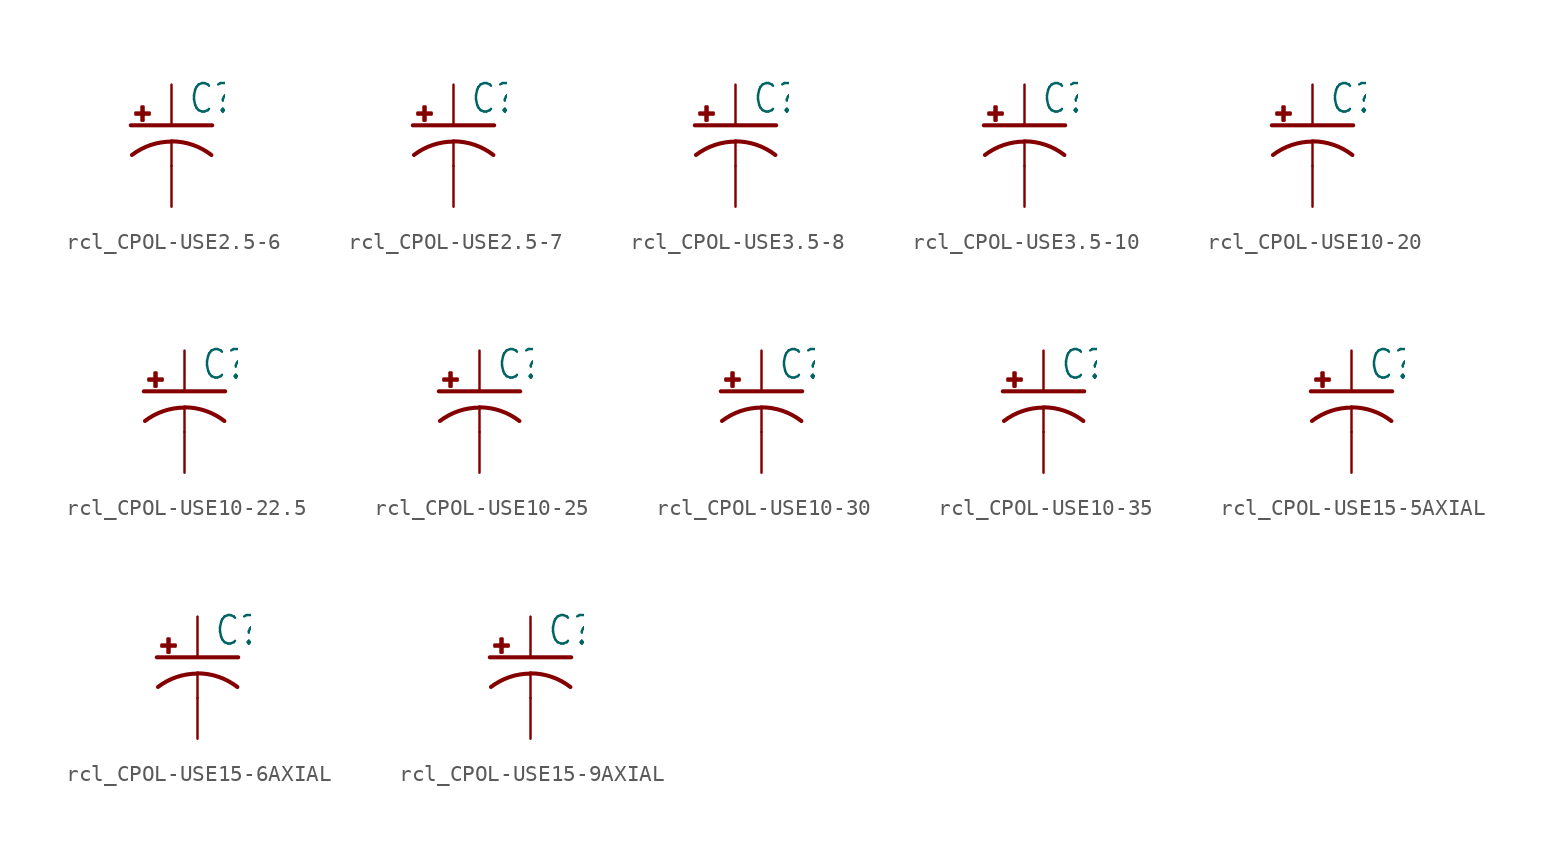
<source format=kicad_sym>
(kicad_symbol_lib
  (version 20220914)
  (generator kicad_symbol_editor)
  (symbol "rcl_CPOL-USE2.5-6"
    (property "Reference" "C"
      (at 1.016 0.635 0)
      (effects (font (size 1.778 1.511)) (justify left bottom)))
    (property "Value" ""
      (at 1.016 -4.191 0)
      (effects (font (size 1.778 1.511)) (justify left bottom)))
    (property "ki_locked" ""
      (at 0 0 0)
      (effects (font (size 1.27 1.27))))
    (symbol "rcl_CPOL-USE2.5-6_1_0"
      (rectangle (start -2.253 0.668) (end -1.364 0.795) (stroke (width 0) (type default)) (fill (type outline)))
      (rectangle (start -1.872 0.287) (end -1.745 1.176) (stroke (width 0) (type default)) (fill (type outline)))
      (arc (start 0 -1.0161) (mid -1.3021 -1.2303) (end -2.4669 -1.8504) (stroke (width 0.254) (type solid)) (fill (type none)))
      (polyline (pts (xy -2.54 0) (xy 2.54 0)) (stroke (width 0.254) (type solid)) (fill (type none)))
      (polyline (pts (xy 0 -1.016) (xy 0 -2.54)) (stroke (width 0.152) (type solid)) (fill (type none)))
      (arc (start 2.4892 -1.8541) (mid 1.3158 -1.2194) (end 0 -1) (stroke (width 0.254) (type solid)) (fill (type none)))
      (pin passive line (at 0 2.54 270) (length 2.54) (name "+" (effects (font (size 0 0)))) (number "+" (effects (font (size 0 0)))))
      (pin passive line (at 0 -5.08 90) (length 2.54) (name "-" (effects (font (size 0 0)))) (number "-" (effects (font (size 0 0)))))))
  (symbol "rcl_CPOL-USE2.5-7"
    (property "Reference" "C"
      (at 1.016 0.635 0)
      (effects (font (size 1.778 1.511)) (justify left bottom)))
    (property "Value" ""
      (at 1.016 -4.191 0)
      (effects (font (size 1.778 1.511)) (justify left bottom)))
    (property "ki_locked" ""
      (at 0 0 0)
      (effects (font (size 1.27 1.27))))
    (symbol "rcl_CPOL-USE2.5-7_1_0"
      (rectangle (start -2.253 0.668) (end -1.364 0.795) (stroke (width 0) (type default)) (fill (type outline)))
      (rectangle (start -1.872 0.287) (end -1.745 1.176) (stroke (width 0) (type default)) (fill (type outline)))
      (arc (start 0 -1.0161) (mid -1.3021 -1.2303) (end -2.4669 -1.8504) (stroke (width 0.254) (type solid)) (fill (type none)))
      (polyline (pts (xy -2.54 0) (xy 2.54 0)) (stroke (width 0.254) (type solid)) (fill (type none)))
      (polyline (pts (xy 0 -1.016) (xy 0 -2.54)) (stroke (width 0.152) (type solid)) (fill (type none)))
      (arc (start 2.4892 -1.8541) (mid 1.3158 -1.2194) (end 0 -1) (stroke (width 0.254) (type solid)) (fill (type none)))
      (pin passive line (at 0 2.54 270) (length 2.54) (name "+" (effects (font (size 0 0)))) (number "+" (effects (font (size 0 0)))))
      (pin passive line (at 0 -5.08 90) (length 2.54) (name "-" (effects (font (size 0 0)))) (number "-" (effects (font (size 0 0)))))))
  (symbol "rcl_CPOL-USE3.5-8"
    (property "Reference" "C"
      (at 1.016 0.635 0)
      (effects (font (size 1.778 1.511)) (justify left bottom)))
    (property "Value" ""
      (at 1.016 -4.191 0)
      (effects (font (size 1.778 1.511)) (justify left bottom)))
    (property "ki_locked" ""
      (at 0 0 0)
      (effects (font (size 1.27 1.27))))
    (symbol "rcl_CPOL-USE3.5-8_1_0"
      (rectangle (start -2.253 0.668) (end -1.364 0.795) (stroke (width 0) (type default)) (fill (type outline)))
      (rectangle (start -1.872 0.287) (end -1.745 1.176) (stroke (width 0) (type default)) (fill (type outline)))
      (arc (start 0 -1.0161) (mid -1.3021 -1.2303) (end -2.4669 -1.8504) (stroke (width 0.254) (type solid)) (fill (type none)))
      (polyline (pts (xy -2.54 0) (xy 2.54 0)) (stroke (width 0.254) (type solid)) (fill (type none)))
      (polyline (pts (xy 0 -1.016) (xy 0 -2.54)) (stroke (width 0.152) (type solid)) (fill (type none)))
      (arc (start 2.4892 -1.8541) (mid 1.3158 -1.2194) (end 0 -1) (stroke (width 0.254) (type solid)) (fill (type none)))
      (pin passive line (at 0 2.54 270) (length 2.54) (name "+" (effects (font (size 0 0)))) (number "+" (effects (font (size 0 0)))))
      (pin passive line (at 0 -5.08 90) (length 2.54) (name "-" (effects (font (size 0 0)))) (number "-" (effects (font (size 0 0)))))))
  (symbol "rcl_CPOL-USE3.5-10"
    (property "Reference" "C"
      (at 1.016 0.635 0)
      (effects (font (size 1.778 1.511)) (justify left bottom)))
    (property "Value" ""
      (at 1.016 -4.191 0)
      (effects (font (size 1.778 1.511)) (justify left bottom)))
    (property "ki_locked" ""
      (at 0 0 0)
      (effects (font (size 1.27 1.27))))
    (symbol "rcl_CPOL-USE3.5-10_1_0"
      (rectangle (start -2.253 0.668) (end -1.364 0.795) (stroke (width 0) (type default)) (fill (type outline)))
      (rectangle (start -1.872 0.287) (end -1.745 1.176) (stroke (width 0) (type default)) (fill (type outline)))
      (arc (start 0 -1.0161) (mid -1.3021 -1.2303) (end -2.4669 -1.8504) (stroke (width 0.254) (type solid)) (fill (type none)))
      (polyline (pts (xy -2.54 0) (xy 2.54 0)) (stroke (width 0.254) (type solid)) (fill (type none)))
      (polyline (pts (xy 0 -1.016) (xy 0 -2.54)) (stroke (width 0.152) (type solid)) (fill (type none)))
      (arc (start 2.4892 -1.8541) (mid 1.3158 -1.2194) (end 0 -1) (stroke (width 0.254) (type solid)) (fill (type none)))
      (pin passive line (at 0 2.54 270) (length 2.54) (name "+" (effects (font (size 0 0)))) (number "+" (effects (font (size 0 0)))))
      (pin passive line (at 0 -5.08 90) (length 2.54) (name "-" (effects (font (size 0 0)))) (number "-" (effects (font (size 0 0)))))))
  (symbol "rcl_CPOL-USE10-20"
    (property "Reference" "C"
      (at 1.016 0.635 0)
      (effects (font (size 1.778 1.511)) (justify left bottom)))
    (property "Value" ""
      (at 1.016 -4.191 0)
      (effects (font (size 1.778 1.511)) (justify left bottom)))
    (property "ki_locked" ""
      (at 0 0 0)
      (effects (font (size 1.27 1.27))))
    (symbol "rcl_CPOL-USE10-20_1_0"
      (rectangle (start -2.253 0.668) (end -1.364 0.795) (stroke (width 0) (type default)) (fill (type outline)))
      (rectangle (start -1.872 0.287) (end -1.745 1.176) (stroke (width 0) (type default)) (fill (type outline)))
      (arc (start 0 -1.0161) (mid -1.3021 -1.2303) (end -2.4669 -1.8504) (stroke (width 0.254) (type solid)) (fill (type none)))
      (polyline (pts (xy -2.54 0) (xy 2.54 0)) (stroke (width 0.254) (type solid)) (fill (type none)))
      (polyline (pts (xy 0 -1.016) (xy 0 -2.54)) (stroke (width 0.152) (type solid)) (fill (type none)))
      (arc (start 2.4892 -1.8541) (mid 1.3158 -1.2194) (end 0 -1) (stroke (width 0.254) (type solid)) (fill (type none)))
      (pin passive line (at 0 2.54 270) (length 2.54) (name "+" (effects (font (size 0 0)))) (number "+" (effects (font (size 0 0)))))
      (pin passive line (at 0 -5.08 90) (length 2.54) (name "-" (effects (font (size 0 0)))) (number "-" (effects (font (size 0 0)))))))
  (symbol "rcl_CPOL-USE10-22.5"
    (property "Reference" "C"
      (at 1.016 0.635 0)
      (effects (font (size 1.778 1.511)) (justify left bottom)))
    (property "Value" ""
      (at 1.016 -4.191 0)
      (effects (font (size 1.778 1.511)) (justify left bottom)))
    (property "ki_locked" ""
      (at 0 0 0)
      (effects (font (size 1.27 1.27))))
    (symbol "rcl_CPOL-USE10-22.5_1_0"
      (rectangle (start -2.253 0.668) (end -1.364 0.795) (stroke (width 0) (type default)) (fill (type outline)))
      (rectangle (start -1.872 0.287) (end -1.745 1.176) (stroke (width 0) (type default)) (fill (type outline)))
      (arc (start 0 -1.0161) (mid -1.3021 -1.2303) (end -2.4669 -1.8504) (stroke (width 0.254) (type solid)) (fill (type none)))
      (polyline (pts (xy -2.54 0) (xy 2.54 0)) (stroke (width 0.254) (type solid)) (fill (type none)))
      (polyline (pts (xy 0 -1.016) (xy 0 -2.54)) (stroke (width 0.152) (type solid)) (fill (type none)))
      (arc (start 2.4892 -1.8541) (mid 1.3158 -1.2194) (end 0 -1) (stroke (width 0.254) (type solid)) (fill (type none)))
      (pin passive line (at 0 2.54 270) (length 2.54) (name "+" (effects (font (size 0 0)))) (number "+" (effects (font (size 0 0)))))
      (pin passive line (at 0 -5.08 90) (length 2.54) (name "-" (effects (font (size 0 0)))) (number "-" (effects (font (size 0 0)))))))
  (symbol "rcl_CPOL-USE10-25"
    (property "Reference" "C"
      (at 1.016 0.635 0)
      (effects (font (size 1.778 1.511)) (justify left bottom)))
    (property "Value" ""
      (at 1.016 -4.191 0)
      (effects (font (size 1.778 1.511)) (justify left bottom)))
    (property "ki_locked" ""
      (at 0 0 0)
      (effects (font (size 1.27 1.27))))
    (symbol "rcl_CPOL-USE10-25_1_0"
      (rectangle (start -2.253 0.668) (end -1.364 0.795) (stroke (width 0) (type default)) (fill (type outline)))
      (rectangle (start -1.872 0.287) (end -1.745 1.176) (stroke (width 0) (type default)) (fill (type outline)))
      (arc (start 0 -1.0161) (mid -1.3021 -1.2303) (end -2.4669 -1.8504) (stroke (width 0.254) (type solid)) (fill (type none)))
      (polyline (pts (xy -2.54 0) (xy 2.54 0)) (stroke (width 0.254) (type solid)) (fill (type none)))
      (polyline (pts (xy 0 -1.016) (xy 0 -2.54)) (stroke (width 0.152) (type solid)) (fill (type none)))
      (arc (start 2.4892 -1.8541) (mid 1.3158 -1.2194) (end 0 -1) (stroke (width 0.254) (type solid)) (fill (type none)))
      (pin passive line (at 0 2.54 270) (length 2.54) (name "+" (effects (font (size 0 0)))) (number "+" (effects (font (size 0 0)))))
      (pin passive line (at 0 -5.08 90) (length 2.54) (name "-" (effects (font (size 0 0)))) (number "-" (effects (font (size 0 0)))))))
  (symbol "rcl_CPOL-USE10-30"
    (property "Reference" "C"
      (at 1.016 0.635 0)
      (effects (font (size 1.778 1.511)) (justify left bottom)))
    (property "Value" ""
      (at 1.016 -4.191 0)
      (effects (font (size 1.778 1.511)) (justify left bottom)))
    (property "ki_locked" ""
      (at 0 0 0)
      (effects (font (size 1.27 1.27))))
    (symbol "rcl_CPOL-USE10-30_1_0"
      (rectangle (start -2.253 0.668) (end -1.364 0.795) (stroke (width 0) (type default)) (fill (type outline)))
      (rectangle (start -1.872 0.287) (end -1.745 1.176) (stroke (width 0) (type default)) (fill (type outline)))
      (arc (start 0 -1.0161) (mid -1.3021 -1.2303) (end -2.4669 -1.8504) (stroke (width 0.254) (type solid)) (fill (type none)))
      (polyline (pts (xy -2.54 0) (xy 2.54 0)) (stroke (width 0.254) (type solid)) (fill (type none)))
      (polyline (pts (xy 0 -1.016) (xy 0 -2.54)) (stroke (width 0.152) (type solid)) (fill (type none)))
      (arc (start 2.4892 -1.8541) (mid 1.3158 -1.2194) (end 0 -1) (stroke (width 0.254) (type solid)) (fill (type none)))
      (pin passive line (at 0 2.54 270) (length 2.54) (name "+" (effects (font (size 0 0)))) (number "+" (effects (font (size 0 0)))))
      (pin passive line (at 0 -5.08 90) (length 2.54) (name "-" (effects (font (size 0 0)))) (number "-" (effects (font (size 0 0)))))))
  (symbol "rcl_CPOL-USE10-35"
    (property "Reference" "C"
      (at 1.016 0.635 0)
      (effects (font (size 1.778 1.511)) (justify left bottom)))
    (property "Value" ""
      (at 1.016 -4.191 0)
      (effects (font (size 1.778 1.511)) (justify left bottom)))
    (property "ki_locked" ""
      (at 0 0 0)
      (effects (font (size 1.27 1.27))))
    (symbol "rcl_CPOL-USE10-35_1_0"
      (rectangle (start -2.253 0.668) (end -1.364 0.795) (stroke (width 0) (type default)) (fill (type outline)))
      (rectangle (start -1.872 0.287) (end -1.745 1.176) (stroke (width 0) (type default)) (fill (type outline)))
      (arc (start 0 -1.0161) (mid -1.3021 -1.2303) (end -2.4669 -1.8504) (stroke (width 0.254) (type solid)) (fill (type none)))
      (polyline (pts (xy -2.54 0) (xy 2.54 0)) (stroke (width 0.254) (type solid)) (fill (type none)))
      (polyline (pts (xy 0 -1.016) (xy 0 -2.54)) (stroke (width 0.152) (type solid)) (fill (type none)))
      (arc (start 2.4892 -1.8541) (mid 1.3158 -1.2194) (end 0 -1) (stroke (width 0.254) (type solid)) (fill (type none)))
      (pin passive line (at 0 2.54 270) (length 2.54) (name "+" (effects (font (size 0 0)))) (number "+" (effects (font (size 0 0)))))
      (pin passive line (at 0 -5.08 90) (length 2.54) (name "-" (effects (font (size 0 0)))) (number "-" (effects (font (size 0 0)))))))
  (symbol "rcl_CPOL-USE15-5AXIAL"
    (property "Reference" "C"
      (at 1.016 0.635 0)
      (effects (font (size 1.778 1.511)) (justify left bottom)))
    (property "Value" ""
      (at 1.016 -4.191 0)
      (effects (font (size 1.778 1.511)) (justify left bottom)))
    (property "ki_locked" ""
      (at 0 0 0)
      (effects (font (size 1.27 1.27))))
    (symbol "rcl_CPOL-USE15-5AXIAL_1_0"
      (rectangle (start -2.253 0.668) (end -1.364 0.795) (stroke (width 0) (type default)) (fill (type outline)))
      (rectangle (start -1.872 0.287) (end -1.745 1.176) (stroke (width 0) (type default)) (fill (type outline)))
      (arc (start 0 -1.0161) (mid -1.3021 -1.2303) (end -2.4669 -1.8504) (stroke (width 0.254) (type solid)) (fill (type none)))
      (polyline (pts (xy -2.54 0) (xy 2.54 0)) (stroke (width 0.254) (type solid)) (fill (type none)))
      (polyline (pts (xy 0 -1.016) (xy 0 -2.54)) (stroke (width 0.152) (type solid)) (fill (type none)))
      (arc (start 2.4892 -1.8541) (mid 1.3158 -1.2194) (end 0 -1) (stroke (width 0.254) (type solid)) (fill (type none)))
      (pin passive line (at 0 2.54 270) (length 2.54) (name "+" (effects (font (size 0 0)))) (number "+" (effects (font (size 0 0)))))
      (pin passive line (at 0 -5.08 90) (length 2.54) (name "-" (effects (font (size 0 0)))) (number "-" (effects (font (size 0 0)))))))
  (symbol "rcl_CPOL-USE15-6AXIAL"
    (property "Reference" "C"
      (at 1.016 0.635 0)
      (effects (font (size 1.778 1.511)) (justify left bottom)))
    (property "Value" ""
      (at 1.016 -4.191 0)
      (effects (font (size 1.778 1.511)) (justify left bottom)))
    (property "ki_locked" ""
      (at 0 0 0)
      (effects (font (size 1.27 1.27))))
    (symbol "rcl_CPOL-USE15-6AXIAL_1_0"
      (rectangle (start -2.253 0.668) (end -1.364 0.795) (stroke (width 0) (type default)) (fill (type outline)))
      (rectangle (start -1.872 0.287) (end -1.745 1.176) (stroke (width 0) (type default)) (fill (type outline)))
      (arc (start 0 -1.0161) (mid -1.3021 -1.2303) (end -2.4669 -1.8504) (stroke (width 0.254) (type solid)) (fill (type none)))
      (polyline (pts (xy -2.54 0) (xy 2.54 0)) (stroke (width 0.254) (type solid)) (fill (type none)))
      (polyline (pts (xy 0 -1.016) (xy 0 -2.54)) (stroke (width 0.152) (type solid)) (fill (type none)))
      (arc (start 2.4892 -1.8541) (mid 1.3158 -1.2194) (end 0 -1) (stroke (width 0.254) (type solid)) (fill (type none)))
      (pin passive line (at 0 2.54 270) (length 2.54) (name "+" (effects (font (size 0 0)))) (number "+" (effects (font (size 0 0)))))
      (pin passive line (at 0 -5.08 90) (length 2.54) (name "-" (effects (font (size 0 0)))) (number "-" (effects (font (size 0 0)))))))
  (symbol "rcl_CPOL-USE15-9AXIAL"
    (property "Reference" "C"
      (at 1.016 0.635 0)
      (effects (font (size 1.778 1.511)) (justify left bottom)))
    (property "Value" ""
      (at 1.016 -4.191 0)
      (effects (font (size 1.778 1.511)) (justify left bottom)))
    (property "ki_locked" ""
      (at 0 0 0)
      (effects (font (size 1.27 1.27))))
    (symbol "rcl_CPOL-USE15-9AXIAL_1_0"
      (rectangle (start -2.253 0.668) (end -1.364 0.795) (stroke (width 0) (type default)) (fill (type outline)))
      (rectangle (start -1.872 0.287) (end -1.745 1.176) (stroke (width 0) (type default)) (fill (type outline)))
      (arc (start 0 -1.0161) (mid -1.3021 -1.2303) (end -2.4669 -1.8504) (stroke (width 0.254) (type solid)) (fill (type none)))
      (polyline (pts (xy -2.54 0) (xy 2.54 0)) (stroke (width 0.254) (type solid)) (fill (type none)))
      (polyline (pts (xy 0 -1.016) (xy 0 -2.54)) (stroke (width 0.152) (type solid)) (fill (type none)))
      (arc (start 2.4892 -1.8541) (mid 1.3158 -1.2194) (end 0 -1) (stroke (width 0.254) (type solid)) (fill (type none)))
      (pin passive line (at 0 2.54 270) (length 2.54) (name "+" (effects (font (size 0 0)))) (number "+" (effects (font (size 0 0)))))
      (pin passive line (at 0 -5.08 90) (length 2.54) (name "-" (effects (font (size 0 0)))) (number "-" (effects (font (size 0 0))))))))
</source>
